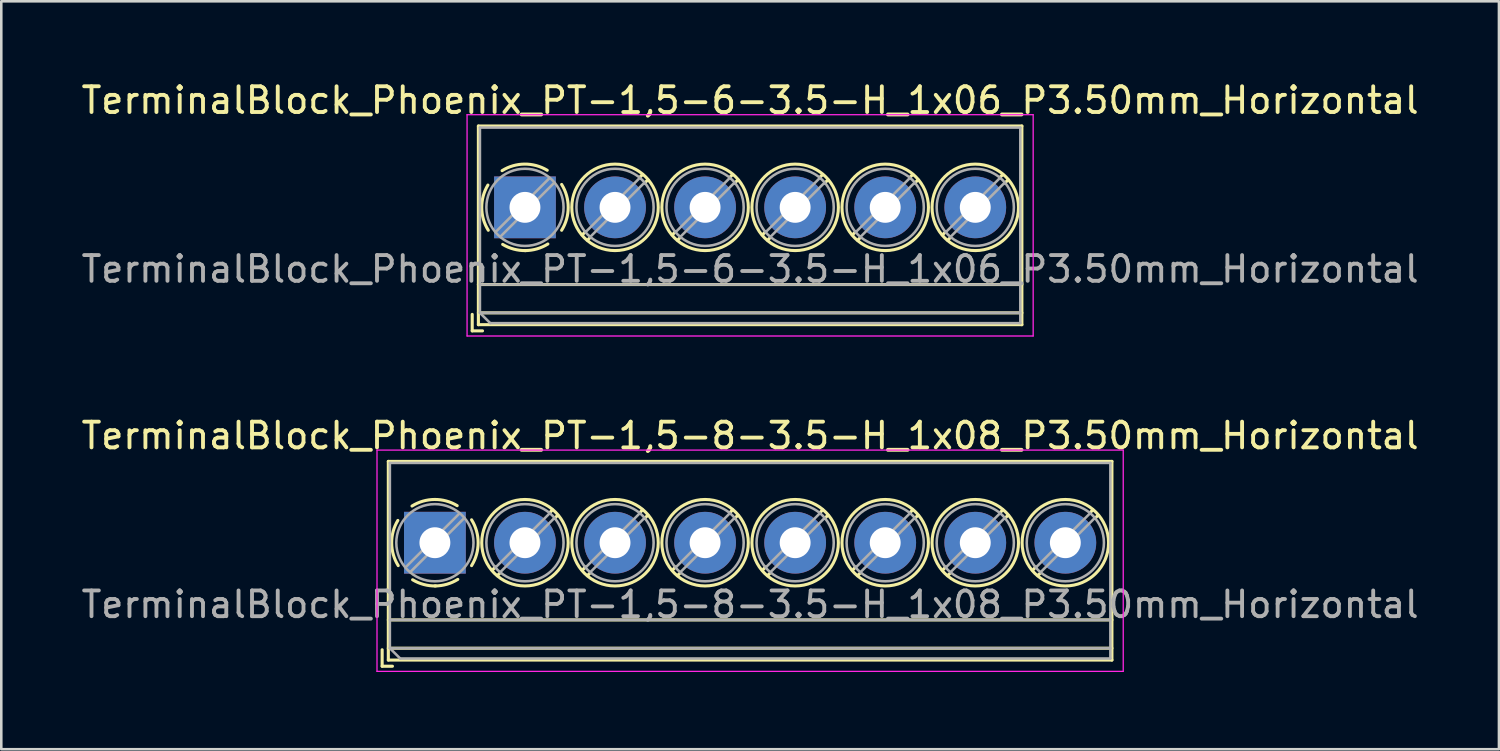
<source format=kicad_pcb>
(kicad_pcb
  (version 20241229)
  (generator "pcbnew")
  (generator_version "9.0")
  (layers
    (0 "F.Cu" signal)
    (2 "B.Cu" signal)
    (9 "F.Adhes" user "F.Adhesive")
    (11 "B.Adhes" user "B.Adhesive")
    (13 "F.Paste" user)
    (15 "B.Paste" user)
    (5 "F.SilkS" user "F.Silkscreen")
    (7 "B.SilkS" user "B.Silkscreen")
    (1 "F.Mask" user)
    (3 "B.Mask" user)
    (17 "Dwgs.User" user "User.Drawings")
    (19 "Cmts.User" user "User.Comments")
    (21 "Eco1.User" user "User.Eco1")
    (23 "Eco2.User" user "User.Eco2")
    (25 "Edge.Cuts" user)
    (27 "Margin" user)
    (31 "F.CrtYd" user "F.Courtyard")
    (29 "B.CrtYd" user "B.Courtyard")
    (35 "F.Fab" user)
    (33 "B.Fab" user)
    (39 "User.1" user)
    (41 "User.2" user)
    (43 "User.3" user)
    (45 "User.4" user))
  (footprint "TerminalBlock_Phoenix_PT-1,5-8-3.5-H_1x08_P3.50mm_Horizontal"
    (layer "F.Cu")
    (at 13.851 18.041)
    (property "Reference" "TerminalBlock_Phoenix_PT-1,5-8-3.5-H_1x08_P3.50mm_Horizontal" (at 12.25 -4.16 0) (layer "F.SilkS") (effects (font (size 1 1) (thickness 0.15))))
    (attr through_hole)
    (fp_line (start -2.05 4.16) (end -2.05 4.8) (stroke (width 0.12) (type solid)) (layer "F.SilkS"))
    (fp_line (start -2.05 4.8) (end -1.65 4.8) (stroke (width 0.12) (type solid)) (layer "F.SilkS"))
    (fp_line (start -1.81 -3.16) (end -1.81 4.56) (stroke (width 0.12) (type solid)) (layer "F.SilkS"))
    (fp_line (start -1.81 -3.16) (end 26.31 -3.16) (stroke (width 0.12) (type solid)) (layer "F.SilkS"))
    (fp_line (start -1.81 3) (end 26.31 3) (stroke (width 0.12) (type solid)) (layer "F.SilkS"))
    (fp_line (start -1.81 4.1) (end 26.31 4.1) (stroke (width 0.12) (type solid)) (layer "F.SilkS"))
    (fp_line (start -1.81 4.56) (end 26.31 4.56) (stroke (width 0.12) (type solid)) (layer "F.SilkS"))
    (fp_line (start 2.355 0.941) (end 2.226 1.069) (stroke (width 0.12) (type solid)) (layer "F.SilkS"))
    (fp_line (start 2.525 1.181) (end 2.431 1.274) (stroke (width 0.12) (type solid)) (layer "F.SilkS"))
    (fp_line (start 4.57 -1.275) (end 4.476 -1.181) (stroke (width 0.12) (type solid)) (layer "F.SilkS"))
    (fp_line (start 4.775 -1.069) (end 4.646 -0.941) (stroke (width 0.12) (type solid)) (layer "F.SilkS"))
    (fp_line (start 5.855 0.941) (end 5.726 1.069) (stroke (width 0.12) (type solid)) (layer "F.SilkS"))
    (fp_line (start 6.025 1.181) (end 5.931 1.274) (stroke (width 0.12) (type solid)) (layer "F.SilkS"))
    (fp_line (start 8.07 -1.275) (end 7.976 -1.181) (stroke (width 0.12) (type solid)) (layer "F.SilkS"))
    (fp_line (start 8.275 -1.069) (end 8.146 -0.941) (stroke (width 0.12) (type solid)) (layer "F.SilkS"))
    (fp_line (start 9.355 0.941) (end 9.226 1.069) (stroke (width 0.12) (type solid)) (layer "F.SilkS"))
    (fp_line (start 9.525 1.181) (end 9.431 1.274) (stroke (width 0.12) (type solid)) (layer "F.SilkS"))
    (fp_line (start 11.57 -1.275) (end 11.476 -1.181) (stroke (width 0.12) (type solid)) (layer "F.SilkS"))
    (fp_line (start 11.775 -1.069) (end 11.646 -0.941) (stroke (width 0.12) (type solid)) (layer "F.SilkS"))
    (fp_line (start 12.855 0.941) (end 12.726 1.069) (stroke (width 0.12) (type solid)) (layer "F.SilkS"))
    (fp_line (start 13.025 1.181) (end 12.931 1.274) (stroke (width 0.12) (type solid)) (layer "F.SilkS"))
    (fp_line (start 15.07 -1.275) (end 14.976 -1.181) (stroke (width 0.12) (type solid)) (layer "F.SilkS"))
    (fp_line (start 15.275 -1.069) (end 15.146 -0.941) (stroke (width 0.12) (type solid)) (layer "F.SilkS"))
    (fp_line (start 16.355 0.941) (end 16.226 1.069) (stroke (width 0.12) (type solid)) (layer "F.SilkS"))
    (fp_line (start 16.525 1.181) (end 16.431 1.274) (stroke (width 0.12) (type solid)) (layer "F.SilkS"))
    (fp_line (start 18.57 -1.275) (end 18.476 -1.181) (stroke (width 0.12) (type solid)) (layer "F.SilkS"))
    (fp_line (start 18.775 -1.069) (end 18.646 -0.941) (stroke (width 0.12) (type solid)) (layer "F.SilkS"))
    (fp_line (start 19.855 0.941) (end 19.726 1.069) (stroke (width 0.12) (type solid)) (layer "F.SilkS"))
    (fp_line (start 20.025 1.181) (end 19.931 1.274) (stroke (width 0.12) (type solid)) (layer "F.SilkS"))
    (fp_line (start 22.07 -1.275) (end 21.976 -1.181) (stroke (width 0.12) (type solid)) (layer "F.SilkS"))
    (fp_line (start 22.275 -1.069) (end 22.146 -0.941) (stroke (width 0.12) (type solid)) (layer "F.SilkS"))
    (fp_line (start 23.355 0.941) (end 23.226 1.069) (stroke (width 0.12) (type solid)) (layer "F.SilkS"))
    (fp_line (start 23.525 1.181) (end 23.431 1.274) (stroke (width 0.12) (type solid)) (layer "F.SilkS"))
    (fp_line (start 25.57 -1.275) (end 25.476 -1.181) (stroke (width 0.12) (type solid)) (layer "F.SilkS"))
    (fp_line (start 25.775 -1.069) (end 25.646 -0.941) (stroke (width 0.12) (type solid)) (layer "F.SilkS"))
    (fp_line (start 26.31 -3.16) (end 26.31 4.56) (stroke (width 0.12) (type solid)) (layer "F.SilkS"))
    (fp_arc (start -1.425358 0.889894) (mid -1.680286 0.014012) (end -1.44 -0.866) (stroke (width 0.12) (type solid)) (layer "F.SilkS"))
    (fp_arc (start -0.889894 -1.425358) (mid -0.014012 -1.680286) (end 0.866 -1.44) (stroke (width 0.12) (type solid)) (layer "F.SilkS"))
    (fp_arc (start 0.028674 1.680099) (mid -0.435535 1.622918) (end -0.866 1.44) (stroke (width 0.12) (type solid)) (layer "F.SilkS"))
    (fp_arc (start 0.890264 1.424721) (mid 0.463071 1.61492) (end 0 1.68) (stroke (width 0.12) (type solid)) (layer "F.SilkS"))
    (fp_arc (start 1.425504 -0.890193) (mid 1.680626 0.000476) (end 1.425 0.891) (stroke (width 0.12) (type solid)) (layer "F.SilkS"))
    (fp_circle (center 3.5 0) (end 5.18 0) (stroke (width 0.12) (type solid)) (fill no) (layer "F.SilkS"))
    (fp_circle (center 7 0) (end 8.68 0) (stroke (width 0.12) (type solid)) (fill no) (layer "F.SilkS"))
    (fp_circle (center 10.5 0) (end 12.18 0) (stroke (width 0.12) (type solid)) (fill no) (layer "F.SilkS"))
    (fp_circle (center 14 0) (end 15.68 0) (stroke (width 0.12) (type solid)) (fill no) (layer "F.SilkS"))
    (fp_circle (center 17.5 0) (end 19.18 0) (stroke (width 0.12) (type solid)) (fill no) (layer "F.SilkS"))
    (fp_circle (center 21 0) (end 22.68 0) (stroke (width 0.12) (type solid)) (fill no) (layer "F.SilkS"))
    (fp_circle (center 24.5 0) (end 26.18 0) (stroke (width 0.12) (type solid)) (fill no) (layer "F.SilkS"))
    (fp_line (start -2.25 -3.6) (end -2.25 5) (stroke (width 0.05) (type solid)) (layer "F.CrtYd"))
    (fp_line (start -2.25 5) (end 26.75 5) (stroke (width 0.05) (type solid)) (layer "F.CrtYd"))
    (fp_line (start 26.75 -3.6) (end -2.25 -3.6) (stroke (width 0.05) (type solid)) (layer "F.CrtYd"))
    (fp_line (start 26.75 5) (end 26.75 -3.6) (stroke (width 0.05) (type solid)) (layer "F.CrtYd"))
    (fp_line (start -1.75 -3.1) (end 26.25 -3.1) (stroke (width 0.1) (type solid)) (layer "F.Fab"))
    (fp_line (start -1.75 3) (end 26.25 3) (stroke (width 0.1) (type solid)) (layer "F.Fab"))
    (fp_line (start -1.75 4.1) (end -1.75 -3.1) (stroke (width 0.1) (type solid)) (layer "F.Fab"))
    (fp_line (start -1.75 4.1) (end 26.25 4.1) (stroke (width 0.1) (type solid)) (layer "F.Fab"))
    (fp_line (start -1.35 4.5) (end -1.75 4.1) (stroke (width 0.1) (type solid)) (layer "F.Fab"))
    (fp_line (start 0.955 -1.138) (end -1.138 0.955) (stroke (width 0.1) (type solid)) (layer "F.Fab"))
    (fp_line (start 1.138 -0.955) (end -0.955 1.138) (stroke (width 0.1) (type solid)) (layer "F.Fab"))
    (fp_line (start 4.455 -1.138) (end 2.363 0.955) (stroke (width 0.1) (type solid)) (layer "F.Fab"))
    (fp_line (start 4.638 -0.955) (end 2.546 1.138) (stroke (width 0.1) (type solid)) (layer "F.Fab"))
    (fp_line (start 7.955 -1.138) (end 5.863 0.955) (stroke (width 0.1) (type solid)) (layer "F.Fab"))
    (fp_line (start 8.138 -0.955) (end 6.046 1.138) (stroke (width 0.1) (type solid)) (layer "F.Fab"))
    (fp_line (start 11.455 -1.138) (end 9.363 0.955) (stroke (width 0.1) (type solid)) (layer "F.Fab"))
    (fp_line (start 11.638 -0.955) (end 9.546 1.138) (stroke (width 0.1) (type solid)) (layer "F.Fab"))
    (fp_line (start 14.955 -1.138) (end 12.863 0.955) (stroke (width 0.1) (type solid)) (layer "F.Fab"))
    (fp_line (start 15.138 -0.955) (end 13.046 1.138) (stroke (width 0.1) (type solid)) (layer "F.Fab"))
    (fp_line (start 18.455 -1.138) (end 16.363 0.955) (stroke (width 0.1) (type solid)) (layer "F.Fab"))
    (fp_line (start 18.638 -0.955) (end 16.546 1.138) (stroke (width 0.1) (type solid)) (layer "F.Fab"))
    (fp_line (start 21.955 -1.138) (end 19.863 0.955) (stroke (width 0.1) (type solid)) (layer "F.Fab"))
    (fp_line (start 22.138 -0.955) (end 20.046 1.138) (stroke (width 0.1) (type solid)) (layer "F.Fab"))
    (fp_line (start 25.455 -1.138) (end 23.363 0.955) (stroke (width 0.1) (type solid)) (layer "F.Fab"))
    (fp_line (start 25.638 -0.955) (end 23.546 1.138) (stroke (width 0.1) (type solid)) (layer "F.Fab"))
    (fp_line (start 26.25 -3.1) (end 26.25 4.5) (stroke (width 0.1) (type solid)) (layer "F.Fab"))
    (fp_line (start 26.25 4.5) (end -1.35 4.5) (stroke (width 0.1) (type solid)) (layer "F.Fab"))
    (fp_circle (center 0 0) (end 1.5 0) (stroke (width 0.1) (type solid)) (fill no) (layer "F.Fab"))
    (fp_circle (center 3.5 0) (end 5 0) (stroke (width 0.1) (type solid)) (fill no) (layer "F.Fab"))
    (fp_circle (center 7 0) (end 8.5 0) (stroke (width 0.1) (type solid)) (fill no) (layer "F.Fab"))
    (fp_circle (center 10.5 0) (end 12 0) (stroke (width 0.1) (type solid)) (fill no) (layer "F.Fab"))
    (fp_circle (center 14 0) (end 15.5 0) (stroke (width 0.1) (type solid)) (fill no) (layer "F.Fab"))
    (fp_circle (center 17.5 0) (end 19 0) (stroke (width 0.1) (type solid)) (fill no) (layer "F.Fab"))
    (fp_circle (center 21 0) (end 22.5 0) (stroke (width 0.1) (type solid)) (fill no) (layer "F.Fab"))
    (fp_circle (center 24.5 0) (end 26 0) (stroke (width 0.1) (type solid)) (fill no) (layer "F.Fab"))
    (fp_text user "${REFERENCE}" (at 12.25 2.4 0) (layer "F.Fab") (effects (font (size 1 1) (thickness 0.15))))
    (pad "1" thru_hole rect (at 0 0) (size 2.4 2.4) (drill 1.2) (layers "*.Cu" "*.Mask"))
    (pad "2" thru_hole circle (at 3.5 0) (size 2.4 2.4) (drill 1.2) (layers "*.Cu" "*.Mask"))
    (pad "3" thru_hole circle (at 7 0) (size 2.4 2.4) (drill 1.2) (layers "*.Cu" "*.Mask"))
    (pad "4" thru_hole circle (at 10.5 0) (size 2.4 2.4) (drill 1.2) (layers "*.Cu" "*.Mask"))
    (pad "5" thru_hole circle (at 14 0) (size 2.4 2.4) (drill 1.2) (layers "*.Cu" "*.Mask"))
    (pad "6" thru_hole circle (at 17.5 0) (size 2.4 2.4) (drill 1.2) (layers "*.Cu" "*.Mask"))
    (pad "7" thru_hole circle (at 21 0) (size 2.4 2.4) (drill 1.2) (layers "*.Cu" "*.Mask"))
    (pad "8" thru_hole circle (at 24.5 0) (size 2.4 2.4) (drill 1.2) (layers "*.Cu" "*.Mask")))
  (footprint "TerminalBlock_Phoenix_PT-1,5-6-3.5-H_1x06_P3.50mm_Horizontal"
    (layer "F.Cu")
    (at 17.351 5.008)
    (property "Reference" "TerminalBlock_Phoenix_PT-1,5-6-3.5-H_1x06_P3.50mm_Horizontal" (at 8.75 -4.16 0) (layer "F.SilkS") (effects (font (size 1 1) (thickness 0.15))))
    (attr through_hole)
    (fp_line (start -2.05 4.16) (end -2.05 4.8) (stroke (width 0.12) (type solid)) (layer "F.SilkS"))
    (fp_line (start -2.05 4.8) (end -1.65 4.8) (stroke (width 0.12) (type solid)) (layer "F.SilkS"))
    (fp_line (start -1.81 -3.16) (end -1.81 4.56) (stroke (width 0.12) (type solid)) (layer "F.SilkS"))
    (fp_line (start -1.81 -3.16) (end 19.311 -3.16) (stroke (width 0.12) (type solid)) (layer "F.SilkS"))
    (fp_line (start -1.81 3) (end 19.311 3) (stroke (width 0.12) (type solid)) (layer "F.SilkS"))
    (fp_line (start -1.81 4.1) (end 19.311 4.1) (stroke (width 0.12) (type solid)) (layer "F.SilkS"))
    (fp_line (start -1.81 4.56) (end 19.311 4.56) (stroke (width 0.12) (type solid)) (layer "F.SilkS"))
    (fp_line (start 2.355 0.941) (end 2.226 1.069) (stroke (width 0.12) (type solid)) (layer "F.SilkS"))
    (fp_line (start 2.525 1.181) (end 2.431 1.274) (stroke (width 0.12) (type solid)) (layer "F.SilkS"))
    (fp_line (start 4.57 -1.275) (end 4.476 -1.181) (stroke (width 0.12) (type solid)) (layer "F.SilkS"))
    (fp_line (start 4.775 -1.069) (end 4.646 -0.941) (stroke (width 0.12) (type solid)) (layer "F.SilkS"))
    (fp_line (start 5.855 0.941) (end 5.726 1.069) (stroke (width 0.12) (type solid)) (layer "F.SilkS"))
    (fp_line (start 6.025 1.181) (end 5.931 1.274) (stroke (width 0.12) (type solid)) (layer "F.SilkS"))
    (fp_line (start 8.07 -1.275) (end 7.976 -1.181) (stroke (width 0.12) (type solid)) (layer "F.SilkS"))
    (fp_line (start 8.275 -1.069) (end 8.146 -0.941) (stroke (width 0.12) (type solid)) (layer "F.SilkS"))
    (fp_line (start 9.355 0.941) (end 9.226 1.069) (stroke (width 0.12) (type solid)) (layer "F.SilkS"))
    (fp_line (start 9.525 1.181) (end 9.431 1.274) (stroke (width 0.12) (type solid)) (layer "F.SilkS"))
    (fp_line (start 11.57 -1.275) (end 11.476 -1.181) (stroke (width 0.12) (type solid)) (layer "F.SilkS"))
    (fp_line (start 11.775 -1.069) (end 11.646 -0.941) (stroke (width 0.12) (type solid)) (layer "F.SilkS"))
    (fp_line (start 12.855 0.941) (end 12.726 1.069) (stroke (width 0.12) (type solid)) (layer "F.SilkS"))
    (fp_line (start 13.025 1.181) (end 12.931 1.274) (stroke (width 0.12) (type solid)) (layer "F.SilkS"))
    (fp_line (start 15.07 -1.275) (end 14.976 -1.181) (stroke (width 0.12) (type solid)) (layer "F.SilkS"))
    (fp_line (start 15.275 -1.069) (end 15.146 -0.941) (stroke (width 0.12) (type solid)) (layer "F.SilkS"))
    (fp_line (start 16.355 0.941) (end 16.226 1.069) (stroke (width 0.12) (type solid)) (layer "F.SilkS"))
    (fp_line (start 16.525 1.181) (end 16.431 1.274) (stroke (width 0.12) (type solid)) (layer "F.SilkS"))
    (fp_line (start 18.57 -1.275) (end 18.476 -1.181) (stroke (width 0.12) (type solid)) (layer "F.SilkS"))
    (fp_line (start 18.775 -1.069) (end 18.646 -0.941) (stroke (width 0.12) (type solid)) (layer "F.SilkS"))
    (fp_line (start 19.311 -3.16) (end 19.311 4.56) (stroke (width 0.12) (type solid)) (layer "F.SilkS"))
    (fp_arc (start -1.425358 0.889894) (mid -1.680286 0.014012) (end -1.44 -0.866) (stroke (width 0.12) (type solid)) (layer "F.SilkS"))
    (fp_arc (start -0.889894 -1.425358) (mid -0.014012 -1.680286) (end 0.866 -1.44) (stroke (width 0.12) (type solid)) (layer "F.SilkS"))
    (fp_arc (start 0.028674 1.680099) (mid -0.435535 1.622918) (end -0.866 1.44) (stroke (width 0.12) (type solid)) (layer "F.SilkS"))
    (fp_arc (start 0.890264 1.424721) (mid 0.463071 1.61492) (end 0 1.68) (stroke (width 0.12) (type solid)) (layer "F.SilkS"))
    (fp_arc (start 1.425504 -0.890193) (mid 1.680626 0.000476) (end 1.425 0.891) (stroke (width 0.12) (type solid)) (layer "F.SilkS"))
    (fp_circle (center 3.5 0) (end 5.18 0) (stroke (width 0.12) (type solid)) (fill no) (layer "F.SilkS"))
    (fp_circle (center 7 0) (end 8.68 0) (stroke (width 0.12) (type solid)) (fill no) (layer "F.SilkS"))
    (fp_circle (center 10.5 0) (end 12.18 0) (stroke (width 0.12) (type solid)) (fill no) (layer "F.SilkS"))
    (fp_circle (center 14 0) (end 15.68 0) (stroke (width 0.12) (type solid)) (fill no) (layer "F.SilkS"))
    (fp_circle (center 17.5 0) (end 19.18 0) (stroke (width 0.12) (type solid)) (fill no) (layer "F.SilkS"))
    (fp_line (start -2.25 -3.6) (end -2.25 5) (stroke (width 0.05) (type solid)) (layer "F.CrtYd"))
    (fp_line (start -2.25 5) (end 19.75 5) (stroke (width 0.05) (type solid)) (layer "F.CrtYd"))
    (fp_line (start 19.75 -3.6) (end -2.25 -3.6) (stroke (width 0.05) (type solid)) (layer "F.CrtYd"))
    (fp_line (start 19.75 5) (end 19.75 -3.6) (stroke (width 0.05) (type solid)) (layer "F.CrtYd"))
    (fp_line (start -1.75 -3.1) (end 19.25 -3.1) (stroke (width 0.1) (type solid)) (layer "F.Fab"))
    (fp_line (start -1.75 3) (end 19.25 3) (stroke (width 0.1) (type solid)) (layer "F.Fab"))
    (fp_line (start -1.75 4.1) (end -1.75 -3.1) (stroke (width 0.1) (type solid)) (layer "F.Fab"))
    (fp_line (start -1.75 4.1) (end 19.25 4.1) (stroke (width 0.1) (type solid)) (layer "F.Fab"))
    (fp_line (start -1.35 4.5) (end -1.75 4.1) (stroke (width 0.1) (type solid)) (layer "F.Fab"))
    (fp_line (start 0.955 -1.138) (end -1.138 0.955) (stroke (width 0.1) (type solid)) (layer "F.Fab"))
    (fp_line (start 1.138 -0.955) (end -0.955 1.138) (stroke (width 0.1) (type solid)) (layer "F.Fab"))
    (fp_line (start 4.455 -1.138) (end 2.363 0.955) (stroke (width 0.1) (type solid)) (layer "F.Fab"))
    (fp_line (start 4.638 -0.955) (end 2.546 1.138) (stroke (width 0.1) (type solid)) (layer "F.Fab"))
    (fp_line (start 7.955 -1.138) (end 5.863 0.955) (stroke (width 0.1) (type solid)) (layer "F.Fab"))
    (fp_line (start 8.138 -0.955) (end 6.046 1.138) (stroke (width 0.1) (type solid)) (layer "F.Fab"))
    (fp_line (start 11.455 -1.138) (end 9.363 0.955) (stroke (width 0.1) (type solid)) (layer "F.Fab"))
    (fp_line (start 11.638 -0.955) (end 9.546 1.138) (stroke (width 0.1) (type solid)) (layer "F.Fab"))
    (fp_line (start 14.955 -1.138) (end 12.863 0.955) (stroke (width 0.1) (type solid)) (layer "F.Fab"))
    (fp_line (start 15.138 -0.955) (end 13.046 1.138) (stroke (width 0.1) (type solid)) (layer "F.Fab"))
    (fp_line (start 18.455 -1.138) (end 16.363 0.955) (stroke (width 0.1) (type solid)) (layer "F.Fab"))
    (fp_line (start 18.638 -0.955) (end 16.546 1.138) (stroke (width 0.1) (type solid)) (layer "F.Fab"))
    (fp_line (start 19.25 -3.1) (end 19.25 4.5) (stroke (width 0.1) (type solid)) (layer "F.Fab"))
    (fp_line (start 19.25 4.5) (end -1.35 4.5) (stroke (width 0.1) (type solid)) (layer "F.Fab"))
    (fp_circle (center 0 0) (end 1.5 0) (stroke (width 0.1) (type solid)) (fill no) (layer "F.Fab"))
    (fp_circle (center 3.5 0) (end 5 0) (stroke (width 0.1) (type solid)) (fill no) (layer "F.Fab"))
    (fp_circle (center 7 0) (end 8.5 0) (stroke (width 0.1) (type solid)) (fill no) (layer "F.Fab"))
    (fp_circle (center 10.5 0) (end 12 0) (stroke (width 0.1) (type solid)) (fill no) (layer "F.Fab"))
    (fp_circle (center 14 0) (end 15.5 0) (stroke (width 0.1) (type solid)) (fill no) (layer "F.Fab"))
    (fp_circle (center 17.5 0) (end 19 0) (stroke (width 0.1) (type solid)) (fill no) (layer "F.Fab"))
    (fp_text user "${REFERENCE}" (at 8.75 2.4 0) (layer "F.Fab") (effects (font (size 1 1) (thickness 0.15))))
    (pad "1" thru_hole rect (at 0 0) (size 2.4 2.4) (drill 1.2) (layers "*.Cu" "*.Mask"))
    (pad "2" thru_hole circle (at 3.5 0) (size 2.4 2.4) (drill 1.2) (layers "*.Cu" "*.Mask"))
    (pad "3" thru_hole circle (at 7 0) (size 2.4 2.4) (drill 1.2) (layers "*.Cu" "*.Mask"))
    (pad "4" thru_hole circle (at 10.5 0) (size 2.4 2.4) (drill 1.2) (layers "*.Cu" "*.Mask"))
    (pad "5" thru_hole circle (at 14 0) (size 2.4 2.4) (drill 1.2) (layers "*.Cu" "*.Mask"))
    (pad "6" thru_hole circle (at 17.5 0) (size 2.4 2.4) (drill 1.2) (layers "*.Cu" "*.Mask")))
  (gr_rect
    (start -3 -3)
    (end 55.202 26.067)
    (stroke (width 0.1) (type default))
    (fill no)
    (layer "Edge.Cuts")))
</source>
